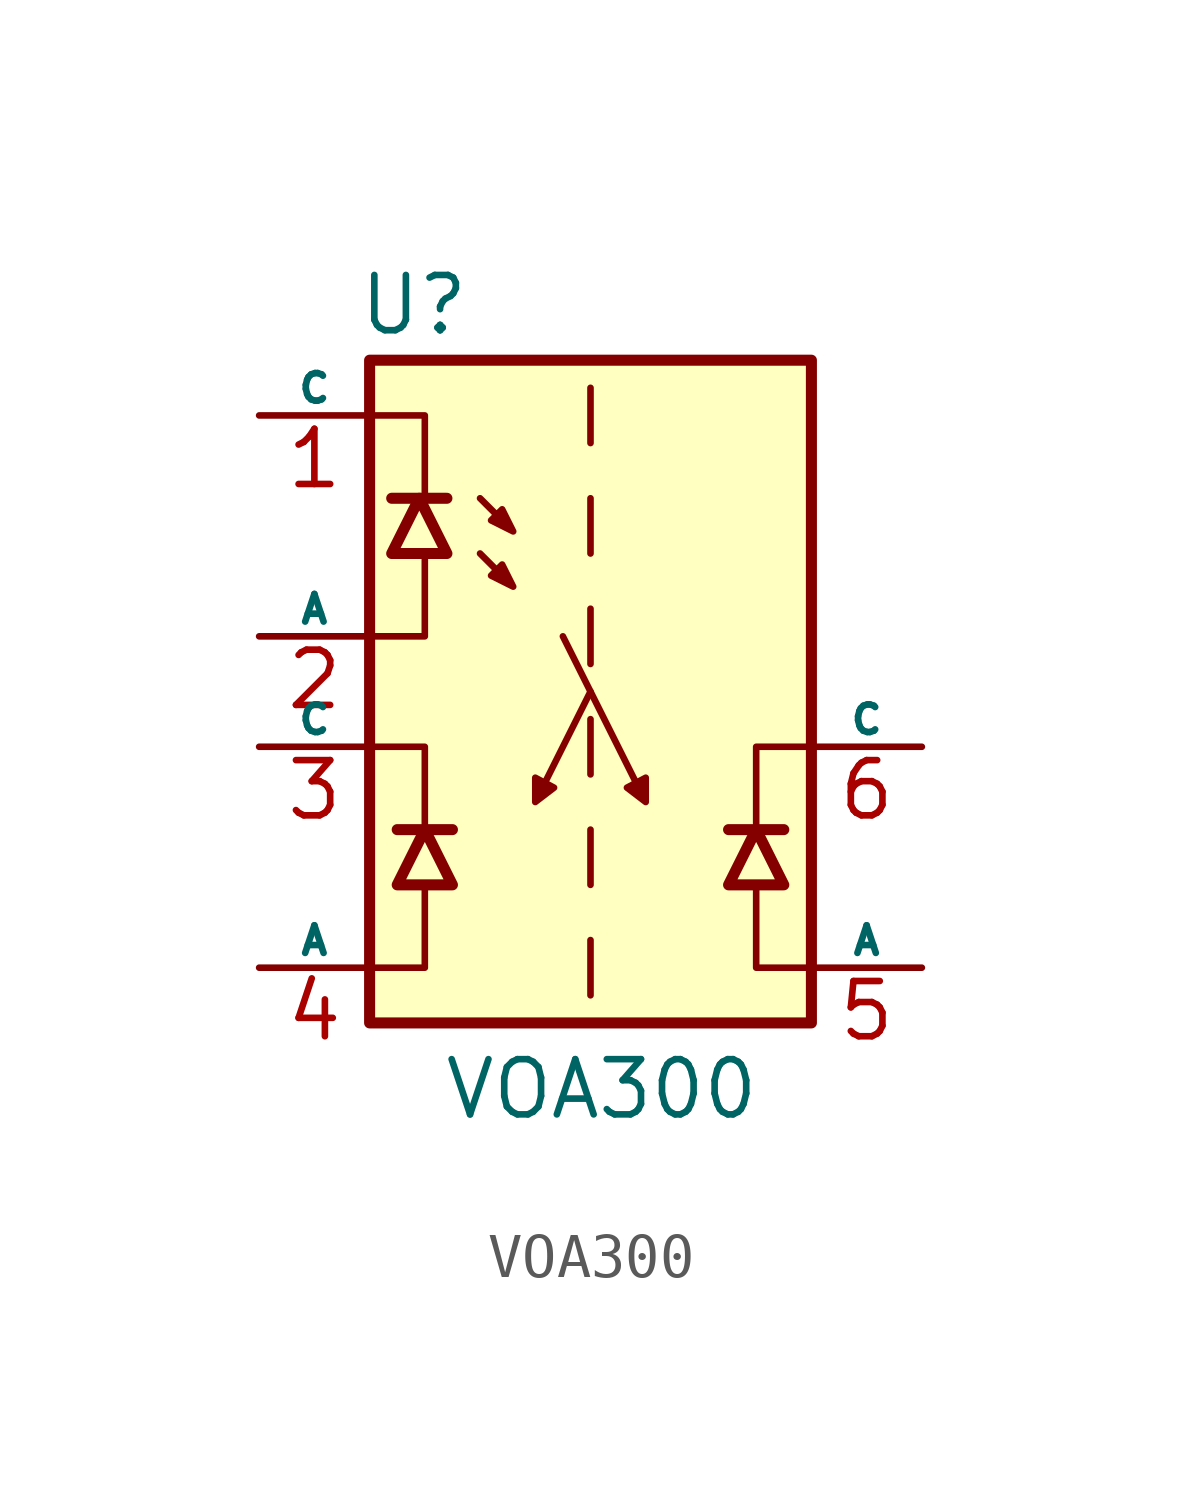
<source format=kicad_sym>
(kicad_symbol_lib
  (version 20220914)
  (generator kicad_symbol_editor)
  (symbol "VOA300"
    (pin_names
      (offset 0))
    (property "Reference" "U"
      (at -4.064 8.89 0)
      (effects (font (size 1.27 1.27))))
    (property "Value" "VOA300"
      (at 0.254 -9.144 0)
      (effects (font (size 1.27 1.27))))
    (symbol "VOA300_0_1"
      (polyline (pts (xy -5.08 -1.27) (xy -3.81 -1.27) (xy -3.81 -3.175)) (stroke (width 0.152) (type default) (color 0 0 0 0)) (fill (type none)))
      (polyline (pts (xy -5.08 6.35) (xy -3.81 6.35) (xy -3.81 4.445)) (stroke (width 0.152) (type default) (color 0 0 0 0)) (fill (type none)))
      (polyline (pts (xy -3.81 -4.445) (xy -3.81 -6.35) (xy -5.08 -6.35)) (stroke (width 0.152) (type default) (color 0 0 0 0)) (fill (type none)))
      (polyline (pts (xy -3.81 3.175) (xy -3.81 1.27) (xy -5.08 1.27)) (stroke (width 0.152) (type default) (color 0 0 0 0)) (fill (type none)))
      (polyline (pts (xy 3.81 -3.175) (xy 3.81 -1.27) (xy 5.08 -1.27)) (stroke (width 0.152) (type default) (color 0 0 0 0)) (fill (type none)))
      (polyline (pts (xy 5.08 -6.35) (xy 3.81 -6.35) (xy 3.81 -4.445)) (stroke (width 0.152) (type default) (color 0 0 0 0)) (fill (type none)))
      (polyline (pts (xy -0.635 1.27) (xy 1.27 -2.54) (xy 1.27 -1.981) (xy 0.838 -2.21) (xy 1.27 -2.54)) (stroke (width 0.152) (type default) (color 0 0 0 0)) (fill (type outline)))
      (polyline (pts (xy 0 0) (xy -1.27 -2.54) (xy -1.27 -1.981) (xy -0.838 -2.21) (xy -1.27 -2.54)) (stroke (width 0.152) (type default) (color 0 0 0 0)) (fill (type outline)))
      (polyline (pts (xy -2.54 3.175) (xy -1.778 2.413) (xy -2.032 2.921) (xy -2.286 2.667) (xy -1.778 2.413) (xy -1.778 2.413)) (stroke (width 0) (type default) (color 0 0 0 0)) (fill (type none)))
      (polyline (pts (xy -2.54 4.445) (xy -1.778 3.683) (xy -2.032 4.191) (xy -2.286 3.937) (xy -1.778 3.683) (xy -1.778 3.683)) (stroke (width 0) (type default) (color 0 0 0 0)) (fill (type none))))
    (symbol "VOA300_1_1"
      (rectangle (start -5.08 7.62) (end 5.08 -7.62) (stroke (width 0.254) (type default) (color 0 0 0 0)) (fill (type background)))
      (polyline (pts (xy -4.572 4.445) (xy -3.302 4.445)) (stroke (width 0.254) (type default) (color 0 0 0 0)) (fill (type none)))
      (polyline (pts (xy -4.445 -3.175) (xy -3.175 -3.175)) (stroke (width 0.254) (type default) (color 0 0 0 0)) (fill (type none)))
      (polyline (pts (xy 0 -5.715) (xy 0 -6.985)) (stroke (width 0) (type default) (color 0 0 0 0)) (fill (type none)))
      (polyline (pts (xy 0 -3.175) (xy 0 -4.445)) (stroke (width 0) (type default) (color 0 0 0 0)) (fill (type none)))
      (polyline (pts (xy 0 -0.635) (xy 0 -1.905)) (stroke (width 0) (type default) (color 0 0 0 0)) (fill (type none)))
      (polyline (pts (xy 0 1.905) (xy 0 0.635)) (stroke (width 0) (type default) (color 0 0 0 0)) (fill (type none)))
      (polyline (pts (xy 0 4.445) (xy 0 3.175)) (stroke (width 0) (type default) (color 0 0 0 0)) (fill (type none)))
      (polyline (pts (xy 0 6.985) (xy 0 5.715)) (stroke (width 0) (type default) (color 0 0 0 0)) (fill (type none)))
      (polyline (pts (xy 3.175 -3.175) (xy 4.445 -3.175)) (stroke (width 0.254) (type default) (color 0 0 0 0)) (fill (type none)))
      (polyline (pts (xy -3.937 4.445) (xy -4.572 3.175) (xy -3.302 3.175) (xy -3.937 4.445)) (stroke (width 0.254) (type default) (color 0 0 0 0)) (fill (type none)))
      (polyline (pts (xy -3.81 -3.175) (xy -4.445 -4.445) (xy -3.175 -4.445) (xy -3.81 -3.175)) (stroke (width 0.254) (type default) (color 0 0 0 0)) (fill (type none)))
      (polyline (pts (xy 3.81 -3.175) (xy 3.175 -4.445) (xy 4.445 -4.445) (xy 3.81 -3.175)) (stroke (width 0.254) (type default) (color 0 0 0 0)) (fill (type none)))
      (pin passive line (at -7.62 6.35 0) (length 2.54) (name "C" (effects (font (size 0.635 0.635)))) (number "1" (effects (font (size 1.27 1.27)))))
      (pin passive line (at -7.62 1.27 0) (length 2.54) (name "A" (effects (font (size 0.635 0.635)))) (number "2" (effects (font (size 1.27 1.27)))))
      (pin open_collector line (at -7.62 -1.27 0) (length 2.54) (name "C" (effects (font (size 0.635 0.635)))) (number "3" (effects (font (size 1.27 1.27)))))
      (pin passive line (at -7.62 -6.35 0) (length 2.54) (name "A" (effects (font (size 0.635 0.635)))) (number "4" (effects (font (size 1.27 1.27)))))
      (pin passive line (at 7.62 -6.35 180) (length 2.54) (name "A" (effects (font (size 0.635 0.635)))) (number "5" (effects (font (size 1.27 1.27)))))
      (pin open_collector line (at 7.62 -1.27 180) (length 2.54) (name "C" (effects (font (size 0.635 0.635)))) (number "6" (effects (font (size 1.27 1.27)))))
      (pin no_connect line (at 5.08 2.54 180) (length 2.54) hide (name "NC" (effects (font (size 0.635 0.635)))) (number "7" (effects (font (size 1.27 1.27)))))
      (pin no_connect line (at 5.08 5.08 180) (length 2.54) hide (name "NC" (effects (font (size 0.635 0.635)))) (number "8" (effects (font (size 1.27 1.27))))))))
</source>
